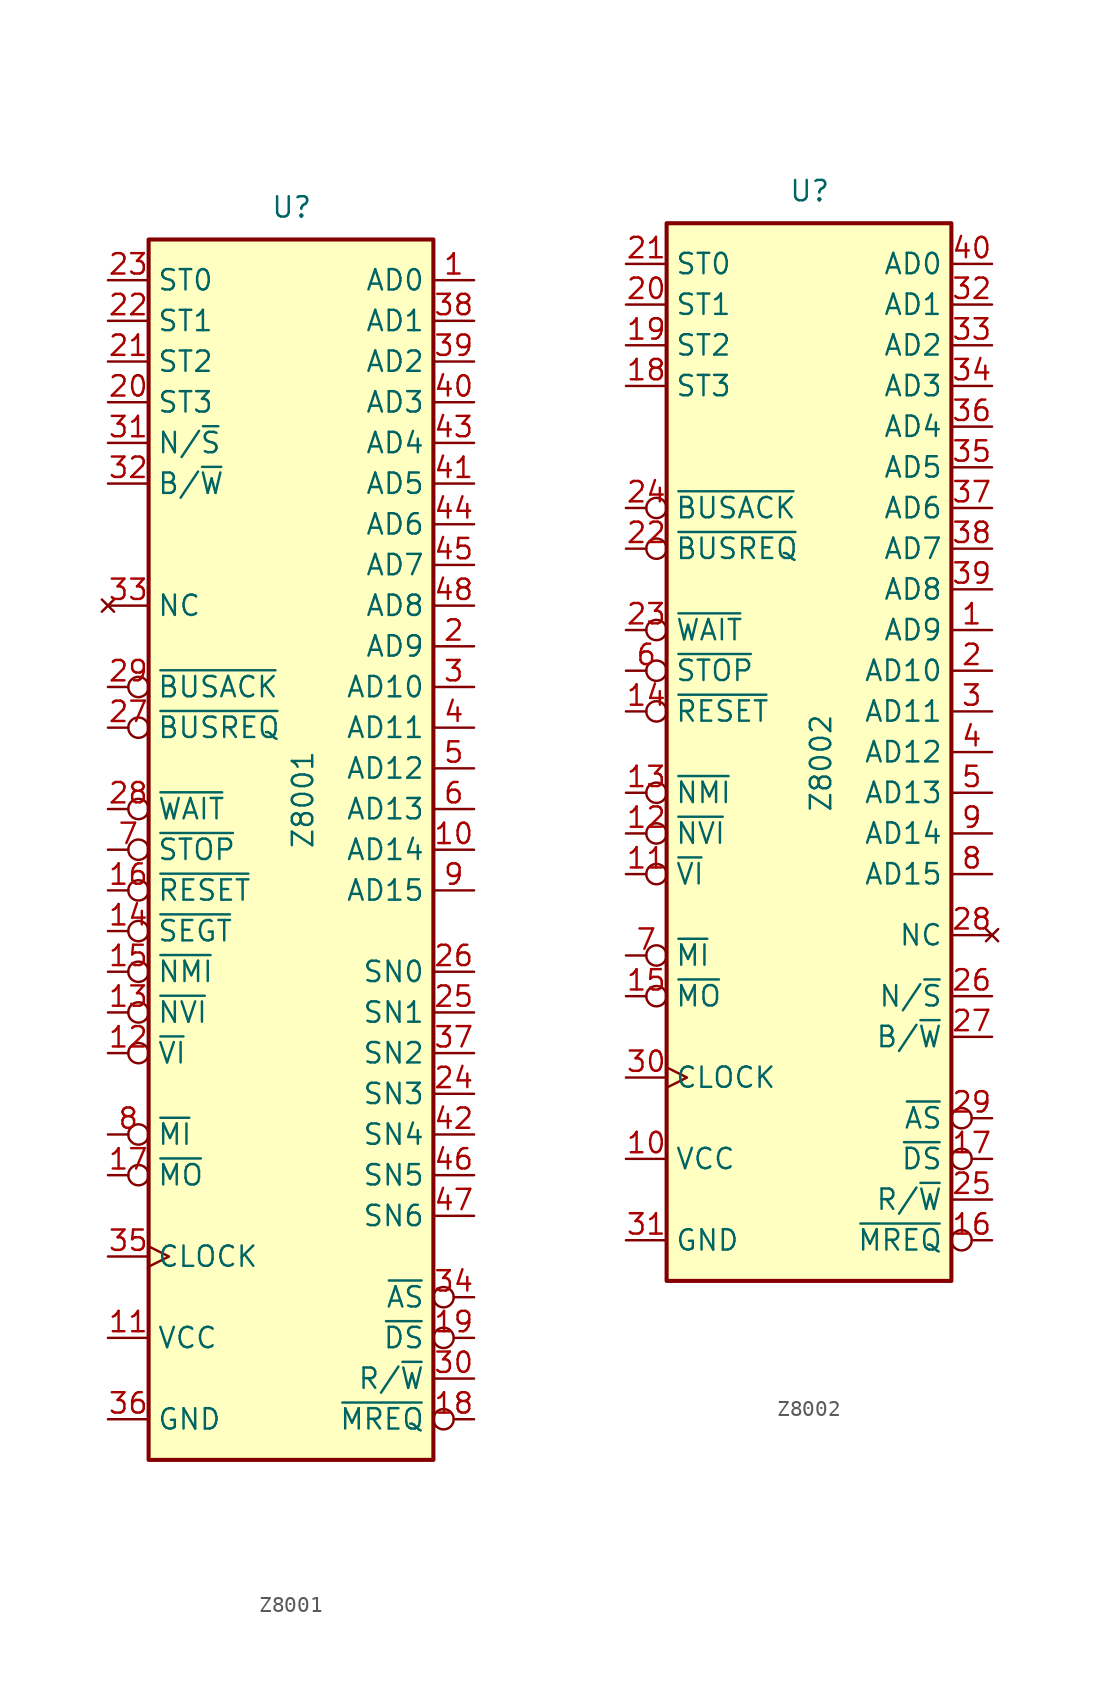
<source format=kicad_sym>
(kicad_symbol_lib
  (version 20211014)
  (generator kicad_symbol_editor)
  (symbol "Z8001"
    (property "Reference" "U"
      (at -1.27 39.37 0)
      (effects (font (size 1.27 1.27)) (justify left bottom)))
    (property "Value" "Z8001"
      (at 0 0 90)
      (effects (font (size 1.27 1.27)) (justify left top)))
    (symbol "Z8001_0_0"
      (pin input inverted (at -11.43 -5.08 0) (length 2.54) (name "~{SEGT}" (effects (font (size 1.27 1.27)))) (number "14" (effects (font (size 1.27 1.27)))))
      (pin output line (at 11.43 -15.24 180) (length 2.54) (name "SN3" (effects (font (size 1.27 1.27)))) (number "24" (effects (font (size 1.27 1.27)))))
      (pin output line (at 11.43 -10.16 180) (length 2.54) (name "SN1" (effects (font (size 1.27 1.27)))) (number "25" (effects (font (size 1.27 1.27)))))
      (pin output line (at 11.43 -7.62 180) (length 2.54) (name "SN0" (effects (font (size 1.27 1.27)))) (number "26" (effects (font (size 1.27 1.27)))))
      (pin output line (at 11.43 -12.7 180) (length 2.54) (name "SN2" (effects (font (size 1.27 1.27)))) (number "37" (effects (font (size 1.27 1.27)))))
      (pin output line (at 11.43 -17.78 180) (length 2.54) (name "SN4" (effects (font (size 1.27 1.27)))) (number "42" (effects (font (size 1.27 1.27)))))
      (pin output line (at 11.43 -20.32 180) (length 2.54) (name "SN5" (effects (font (size 1.27 1.27)))) (number "46" (effects (font (size 1.27 1.27)))))
      (pin output line (at 11.43 -22.86 180) (length 2.54) (name "SN6" (effects (font (size 1.27 1.27)))) (number "47" (effects (font (size 1.27 1.27))))))
    (symbol "Z8001_0_1"
      (rectangle (start -8.89 -38.1) (end 8.89 38.1) (stroke (width 0.254) (type default) (color 0 0 0 0)) (fill (type background))))
    (symbol "Z8001_1_1"
      (pin bidirectional line (at 11.43 35.56 180) (length 2.54) (name "AD0" (effects (font (size 1.27 1.27)))) (number "1" (effects (font (size 1.27 1.27)))))
      (pin bidirectional line (at 11.43 0 180) (length 2.54) (name "AD14" (effects (font (size 1.27 1.27)))) (number "10" (effects (font (size 1.27 1.27)))))
      (pin power_in line (at -11.43 -30.48 0) (length 2.54) (name "VCC" (effects (font (size 1.27 1.27)))) (number "11" (effects (font (size 1.27 1.27)))))
      (pin input inverted (at -11.43 -12.7 0) (length 2.54) (name "~{VI}" (effects (font (size 1.27 1.27)))) (number "12" (effects (font (size 1.27 1.27)))))
      (pin input inverted (at -11.43 -10.16 0) (length 2.54) (name "~{NVI}" (effects (font (size 1.27 1.27)))) (number "13" (effects (font (size 1.27 1.27)))))
      (pin input inverted (at -11.43 -7.62 0) (length 2.54) (name "~{NMI}" (effects (font (size 1.27 1.27)))) (number "15" (effects (font (size 1.27 1.27)))))
      (pin input inverted (at -11.43 -2.54 0) (length 2.54) (name "~{RESET}" (effects (font (size 1.27 1.27)))) (number "16" (effects (font (size 1.27 1.27)))))
      (pin output inverted (at -11.43 -20.32 0) (length 2.54) (name "~{MO}" (effects (font (size 1.27 1.27)))) (number "17" (effects (font (size 1.27 1.27)))))
      (pin output inverted (at 11.43 -35.56 180) (length 2.54) (name "~{MREQ}" (effects (font (size 1.27 1.27)))) (number "18" (effects (font (size 1.27 1.27)))))
      (pin output inverted (at 11.43 -30.48 180) (length 2.54) (name "~{DS}" (effects (font (size 1.27 1.27)))) (number "19" (effects (font (size 1.27 1.27)))))
      (pin bidirectional line (at 11.43 12.7 180) (length 2.54) (name "AD9" (effects (font (size 1.27 1.27)))) (number "2" (effects (font (size 1.27 1.27)))))
      (pin output line (at -11.43 27.94 0) (length 2.54) (name "ST3" (effects (font (size 1.27 1.27)))) (number "20" (effects (font (size 1.27 1.27)))))
      (pin output line (at -11.43 30.48 0) (length 2.54) (name "ST2" (effects (font (size 1.27 1.27)))) (number "21" (effects (font (size 1.27 1.27)))))
      (pin output line (at -11.43 33.02 0) (length 2.54) (name "ST1" (effects (font (size 1.27 1.27)))) (number "22" (effects (font (size 1.27 1.27)))))
      (pin output line (at -11.43 35.56 0) (length 2.54) (name "ST0" (effects (font (size 1.27 1.27)))) (number "23" (effects (font (size 1.27 1.27)))))
      (pin input inverted (at -11.43 7.62 0) (length 2.54) (name "~{BUSREQ}" (effects (font (size 1.27 1.27)))) (number "27" (effects (font (size 1.27 1.27)))))
      (pin input inverted (at -11.43 2.54 0) (length 2.54) (name "~{WAIT}" (effects (font (size 1.27 1.27)))) (number "28" (effects (font (size 1.27 1.27)))))
      (pin output inverted (at -11.43 10.16 0) (length 2.54) (name "~{BUSACK}" (effects (font (size 1.27 1.27)))) (number "29" (effects (font (size 1.27 1.27)))))
      (pin bidirectional line (at 11.43 10.16 180) (length 2.54) (name "AD10" (effects (font (size 1.27 1.27)))) (number "3" (effects (font (size 1.27 1.27)))))
      (pin output line (at 11.43 -33.02 180) (length 2.54) (name "R/~{W}" (effects (font (size 1.27 1.27)))) (number "30" (effects (font (size 1.27 1.27)))))
      (pin output line (at -11.43 25.4 0) (length 2.54) (name "N/~{S}" (effects (font (size 1.27 1.27)))) (number "31" (effects (font (size 1.27 1.27)))))
      (pin output line (at -11.43 22.86 0) (length 2.54) (name "B/~{W}" (effects (font (size 1.27 1.27)))) (number "32" (effects (font (size 1.27 1.27)))))
      (pin no_connect line (at -11.43 15.24 0) (length 2.54) (name "NC" (effects (font (size 1.27 1.27)))) (number "33" (effects (font (size 1.27 1.27)))))
      (pin output inverted (at 11.43 -27.94 180) (length 2.54) (name "~{AS}" (effects (font (size 1.27 1.27)))) (number "34" (effects (font (size 1.27 1.27)))))
      (pin input clock (at -11.43 -25.4 0) (length 2.54) (name "CLOCK" (effects (font (size 1.27 1.27)))) (number "35" (effects (font (size 1.27 1.27)))))
      (pin power_in line (at -11.43 -35.56 0) (length 2.54) (name "GND" (effects (font (size 1.27 1.27)))) (number "36" (effects (font (size 1.27 1.27)))))
      (pin bidirectional line (at 11.43 33.02 180) (length 2.54) (name "AD1" (effects (font (size 1.27 1.27)))) (number "38" (effects (font (size 1.27 1.27)))))
      (pin bidirectional line (at 11.43 30.48 180) (length 2.54) (name "AD2" (effects (font (size 1.27 1.27)))) (number "39" (effects (font (size 1.27 1.27)))))
      (pin bidirectional line (at 11.43 7.62 180) (length 2.54) (name "AD11" (effects (font (size 1.27 1.27)))) (number "4" (effects (font (size 1.27 1.27)))))
      (pin bidirectional line (at 11.43 27.94 180) (length 2.54) (name "AD3" (effects (font (size 1.27 1.27)))) (number "40" (effects (font (size 1.27 1.27)))))
      (pin bidirectional line (at 11.43 22.86 180) (length 2.54) (name "AD5" (effects (font (size 1.27 1.27)))) (number "41" (effects (font (size 1.27 1.27)))))
      (pin bidirectional line (at 11.43 25.4 180) (length 2.54) (name "AD4" (effects (font (size 1.27 1.27)))) (number "43" (effects (font (size 1.27 1.27)))))
      (pin bidirectional line (at 11.43 20.32 180) (length 2.54) (name "AD6" (effects (font (size 1.27 1.27)))) (number "44" (effects (font (size 1.27 1.27)))))
      (pin bidirectional line (at 11.43 17.78 180) (length 2.54) (name "AD7" (effects (font (size 1.27 1.27)))) (number "45" (effects (font (size 1.27 1.27)))))
      (pin bidirectional line (at 11.43 15.24 180) (length 2.54) (name "AD8" (effects (font (size 1.27 1.27)))) (number "48" (effects (font (size 1.27 1.27)))))
      (pin bidirectional line (at 11.43 5.08 180) (length 2.54) (name "AD12" (effects (font (size 1.27 1.27)))) (number "5" (effects (font (size 1.27 1.27)))))
      (pin bidirectional line (at 11.43 2.54 180) (length 2.54) (name "AD13" (effects (font (size 1.27 1.27)))) (number "6" (effects (font (size 1.27 1.27)))))
      (pin input inverted (at -11.43 0 0) (length 2.54) (name "~{STOP}" (effects (font (size 1.27 1.27)))) (number "7" (effects (font (size 1.27 1.27)))))
      (pin input inverted (at -11.43 -17.78 0) (length 2.54) (name "~{MI}" (effects (font (size 1.27 1.27)))) (number "8" (effects (font (size 1.27 1.27)))))
      (pin bidirectional line (at 11.43 -2.54 180) (length 2.54) (name "AD15" (effects (font (size 1.27 1.27)))) (number "9" (effects (font (size 1.27 1.27)))))))
  (symbol "Z8002"
    (property "Reference" "U"
      (at -1.27 34.29 0)
      (effects (font (size 1.27 1.27)) (justify left bottom)))
    (property "Value" "Z8002"
      (at 0 -3.81 90)
      (effects (font (size 1.27 1.27)) (justify left top)))
    (symbol "Z8002_0_1"
      (rectangle (start -8.89 -33.02) (end 8.89 33.02) (stroke (width 0.254) (type default) (color 0 0 0 0)) (fill (type background))))
    (symbol "Z8002_1_1"
      (pin bidirectional line (at 11.43 7.62 180) (length 2.54) (name "AD9" (effects (font (size 1.27 1.27)))) (number "1" (effects (font (size 1.27 1.27)))))
      (pin power_in line (at -11.43 -25.4 0) (length 2.54) (name "VCC" (effects (font (size 1.27 1.27)))) (number "10" (effects (font (size 1.27 1.27)))))
      (pin input inverted (at -11.43 -7.62 0) (length 2.54) (name "~{VI}" (effects (font (size 1.27 1.27)))) (number "11" (effects (font (size 1.27 1.27)))))
      (pin input inverted (at -11.43 -5.08 0) (length 2.54) (name "~{NVI}" (effects (font (size 1.27 1.27)))) (number "12" (effects (font (size 1.27 1.27)))))
      (pin input inverted (at -11.43 -2.54 0) (length 2.54) (name "~{NMI}" (effects (font (size 1.27 1.27)))) (number "13" (effects (font (size 1.27 1.27)))))
      (pin input inverted (at -11.43 2.54 0) (length 2.54) (name "~{RESET}" (effects (font (size 1.27 1.27)))) (number "14" (effects (font (size 1.27 1.27)))))
      (pin output inverted (at -11.43 -15.24 0) (length 2.54) (name "~{MO}" (effects (font (size 1.27 1.27)))) (number "15" (effects (font (size 1.27 1.27)))))
      (pin output inverted (at 11.43 -30.48 180) (length 2.54) (name "~{MREQ}" (effects (font (size 1.27 1.27)))) (number "16" (effects (font (size 1.27 1.27)))))
      (pin output inverted (at 11.43 -25.4 180) (length 2.54) (name "~{DS}" (effects (font (size 1.27 1.27)))) (number "17" (effects (font (size 1.27 1.27)))))
      (pin output line (at -11.43 22.86 0) (length 2.54) (name "ST3" (effects (font (size 1.27 1.27)))) (number "18" (effects (font (size 1.27 1.27)))))
      (pin output line (at -11.43 25.4 0) (length 2.54) (name "ST2" (effects (font (size 1.27 1.27)))) (number "19" (effects (font (size 1.27 1.27)))))
      (pin bidirectional line (at 11.43 5.08 180) (length 2.54) (name "AD10" (effects (font (size 1.27 1.27)))) (number "2" (effects (font (size 1.27 1.27)))))
      (pin output line (at -11.43 27.94 0) (length 2.54) (name "ST1" (effects (font (size 1.27 1.27)))) (number "20" (effects (font (size 1.27 1.27)))))
      (pin output line (at -11.43 30.48 0) (length 2.54) (name "ST0" (effects (font (size 1.27 1.27)))) (number "21" (effects (font (size 1.27 1.27)))))
      (pin input inverted (at -11.43 12.7 0) (length 2.54) (name "~{BUSREQ}" (effects (font (size 1.27 1.27)))) (number "22" (effects (font (size 1.27 1.27)))))
      (pin input inverted (at -11.43 7.62 0) (length 2.54) (name "~{WAIT}" (effects (font (size 1.27 1.27)))) (number "23" (effects (font (size 1.27 1.27)))))
      (pin output inverted (at -11.43 15.24 0) (length 2.54) (name "~{BUSACK}" (effects (font (size 1.27 1.27)))) (number "24" (effects (font (size 1.27 1.27)))))
      (pin output line (at 11.43 -27.94 180) (length 2.54) (name "R/~{W}" (effects (font (size 1.27 1.27)))) (number "25" (effects (font (size 1.27 1.27)))))
      (pin output line (at 11.43 -15.24 180) (length 2.54) (name "N/~{S}" (effects (font (size 1.27 1.27)))) (number "26" (effects (font (size 1.27 1.27)))))
      (pin output line (at 11.43 -17.78 180) (length 2.54) (name "B/~{W}" (effects (font (size 1.27 1.27)))) (number "27" (effects (font (size 1.27 1.27)))))
      (pin no_connect line (at 11.43 -11.43 180) (length 2.54) (name "NC" (effects (font (size 1.27 1.27)))) (number "28" (effects (font (size 1.27 1.27)))))
      (pin output inverted (at 11.43 -22.86 180) (length 2.54) (name "~{AS}" (effects (font (size 1.27 1.27)))) (number "29" (effects (font (size 1.27 1.27)))))
      (pin bidirectional line (at 11.43 2.54 180) (length 2.54) (name "AD11" (effects (font (size 1.27 1.27)))) (number "3" (effects (font (size 1.27 1.27)))))
      (pin input clock (at -11.43 -20.32 0) (length 2.54) (name "CLOCK" (effects (font (size 1.27 1.27)))) (number "30" (effects (font (size 1.27 1.27)))))
      (pin power_in line (at -11.43 -30.48 0) (length 2.54) (name "GND" (effects (font (size 1.27 1.27)))) (number "31" (effects (font (size 1.27 1.27)))))
      (pin bidirectional line (at 11.43 27.94 180) (length 2.54) (name "AD1" (effects (font (size 1.27 1.27)))) (number "32" (effects (font (size 1.27 1.27)))))
      (pin bidirectional line (at 11.43 25.4 180) (length 2.54) (name "AD2" (effects (font (size 1.27 1.27)))) (number "33" (effects (font (size 1.27 1.27)))))
      (pin bidirectional line (at 11.43 22.86 180) (length 2.54) (name "AD3" (effects (font (size 1.27 1.27)))) (number "34" (effects (font (size 1.27 1.27)))))
      (pin bidirectional line (at 11.43 17.78 180) (length 2.54) (name "AD5" (effects (font (size 1.27 1.27)))) (number "35" (effects (font (size 1.27 1.27)))))
      (pin bidirectional line (at 11.43 20.32 180) (length 2.54) (name "AD4" (effects (font (size 1.27 1.27)))) (number "36" (effects (font (size 1.27 1.27)))))
      (pin bidirectional line (at 11.43 15.24 180) (length 2.54) (name "AD6" (effects (font (size 1.27 1.27)))) (number "37" (effects (font (size 1.27 1.27)))))
      (pin bidirectional line (at 11.43 12.7 180) (length 2.54) (name "AD7" (effects (font (size 1.27 1.27)))) (number "38" (effects (font (size 1.27 1.27)))))
      (pin bidirectional line (at 11.43 10.16 180) (length 2.54) (name "AD8" (effects (font (size 1.27 1.27)))) (number "39" (effects (font (size 1.27 1.27)))))
      (pin bidirectional line (at 11.43 0 180) (length 2.54) (name "AD12" (effects (font (size 1.27 1.27)))) (number "4" (effects (font (size 1.27 1.27)))))
      (pin bidirectional line (at 11.43 30.48 180) (length 2.54) (name "AD0" (effects (font (size 1.27 1.27)))) (number "40" (effects (font (size 1.27 1.27)))))
      (pin bidirectional line (at 11.43 -2.54 180) (length 2.54) (name "AD13" (effects (font (size 1.27 1.27)))) (number "5" (effects (font (size 1.27 1.27)))))
      (pin input inverted (at -11.43 5.08 0) (length 2.54) (name "~{STOP}" (effects (font (size 1.27 1.27)))) (number "6" (effects (font (size 1.27 1.27)))))
      (pin input inverted (at -11.43 -12.7 0) (length 2.54) (name "~{MI}" (effects (font (size 1.27 1.27)))) (number "7" (effects (font (size 1.27 1.27)))))
      (pin bidirectional line (at 11.43 -7.62 180) (length 2.54) (name "AD15" (effects (font (size 1.27 1.27)))) (number "8" (effects (font (size 1.27 1.27)))))
      (pin bidirectional line (at 11.43 -5.08 180) (length 2.54) (name "AD14" (effects (font (size 1.27 1.27)))) (number "9" (effects (font (size 1.27 1.27))))))))
</source>
